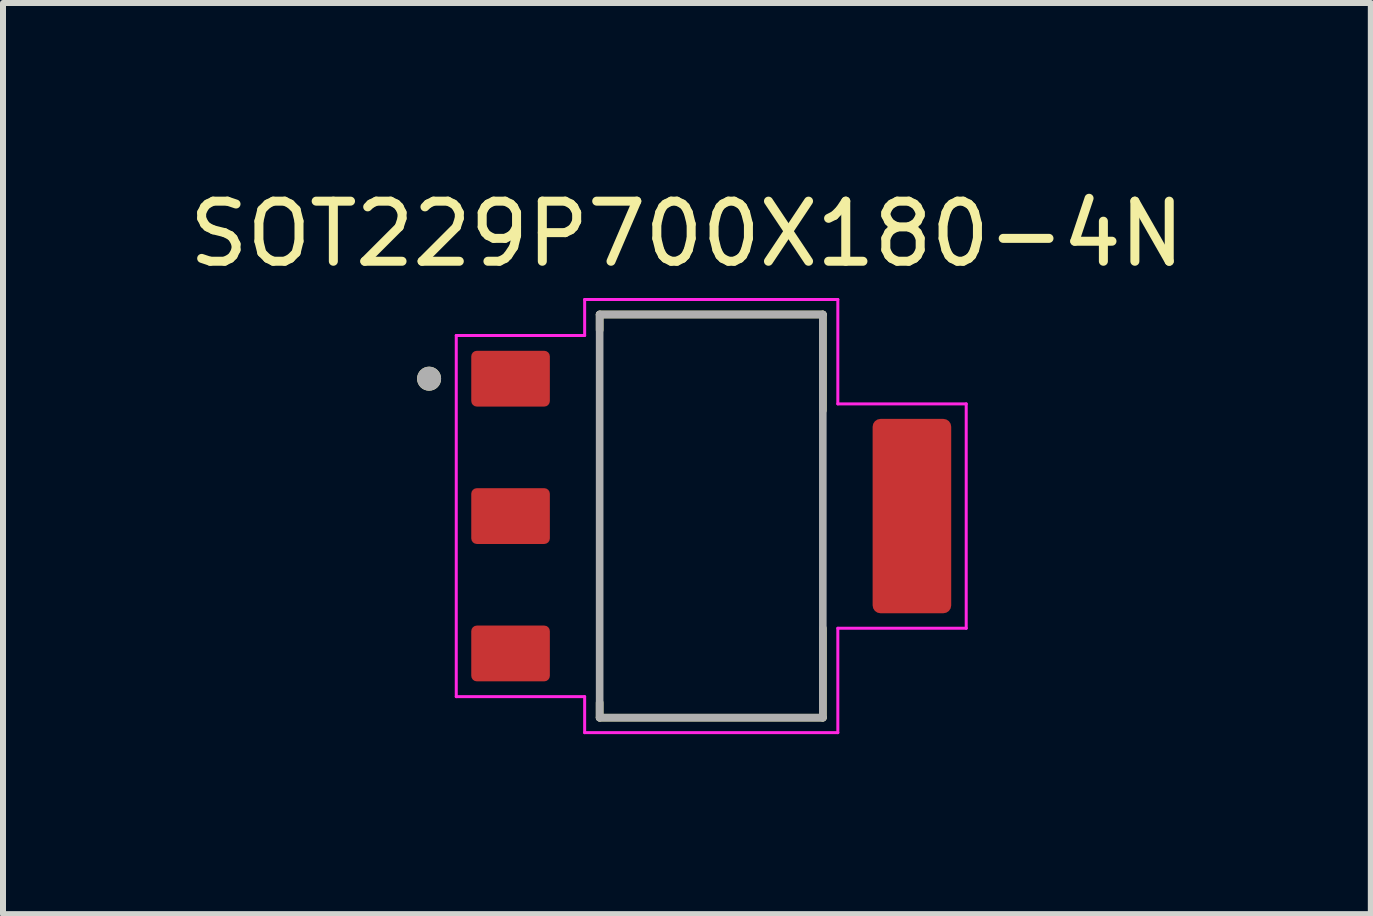
<source format=kicad_pcb>
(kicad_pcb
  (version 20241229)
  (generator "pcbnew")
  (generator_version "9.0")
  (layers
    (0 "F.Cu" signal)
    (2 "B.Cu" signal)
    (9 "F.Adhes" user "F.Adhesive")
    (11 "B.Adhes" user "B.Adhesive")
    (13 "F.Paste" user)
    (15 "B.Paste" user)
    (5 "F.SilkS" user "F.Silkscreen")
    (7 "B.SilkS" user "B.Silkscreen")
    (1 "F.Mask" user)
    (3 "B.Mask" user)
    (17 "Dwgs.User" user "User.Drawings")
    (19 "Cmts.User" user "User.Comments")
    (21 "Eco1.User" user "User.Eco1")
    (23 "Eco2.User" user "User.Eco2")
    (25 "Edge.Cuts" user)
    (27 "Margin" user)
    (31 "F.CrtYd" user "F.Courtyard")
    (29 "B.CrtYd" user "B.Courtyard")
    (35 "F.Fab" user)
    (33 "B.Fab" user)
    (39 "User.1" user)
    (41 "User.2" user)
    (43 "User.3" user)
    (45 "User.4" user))
  (footprint "SOT229P700X180-4N"
    (layer "F.Cu")
    (at 8.805 5.552)
    (property "Reference" "SOT229P700X180-4N" (at -0.406 -4.703 0) (layer "F.SilkS") (effects (font (size 1.002 1.002) (thickness 0.15))))
    (attr smd)
    (fp_line (start -1.86 -3.36) (end -1.86 -3.1) (stroke (width 0.127) (type solid)) (layer "F.SilkS"))
    (fp_line (start -1.86 -3.36) (end 1.86 -3.36) (stroke (width 0.127) (type solid)) (layer "F.SilkS"))
    (fp_line (start -1.86 3.11) (end -1.86 3.36) (stroke (width 0.127) (type solid)) (layer "F.SilkS"))
    (fp_line (start -1.86 3.36) (end 1.86 3.36) (stroke (width 0.127) (type solid)) (layer "F.SilkS"))
    (fp_line (start 1.86 -1.76) (end 1.86 -3.36) (stroke (width 0.127) (type solid)) (layer "F.SilkS"))
    (fp_line (start 1.86 3.36) (end 1.86 1.87) (stroke (width 0.127) (type solid)) (layer "F.SilkS"))
    (fp_circle (center -4.703 -2.29) (end -4.603 -2.29) (stroke (width 0.2) (type solid)) (fill no) (layer "F.SilkS"))
    (fp_line (start -4.25 -3.01) (end -4.25 3.01) (stroke (width 0.05) (type solid)) (layer "F.CrtYd"))
    (fp_line (start -4.25 3.01) (end -2.11 3.01) (stroke (width 0.05) (type solid)) (layer "F.CrtYd"))
    (fp_line (start -2.11 -3.61) (end -2.11 -3.01) (stroke (width 0.05) (type solid)) (layer "F.CrtYd"))
    (fp_line (start -2.11 -3.01) (end -4.25 -3.01) (stroke (width 0.05) (type solid)) (layer "F.CrtYd"))
    (fp_line (start -2.11 3.01) (end -2.11 3.61) (stroke (width 0.05) (type solid)) (layer "F.CrtYd"))
    (fp_line (start -2.11 3.61) (end 2.11 3.61) (stroke (width 0.05) (type solid)) (layer "F.CrtYd"))
    (fp_line (start 2.11 -3.61) (end -2.11 -3.61) (stroke (width 0.05) (type solid)) (layer "F.CrtYd"))
    (fp_line (start 2.11 -1.87) (end 2.11 -3.61) (stroke (width 0.05) (type solid)) (layer "F.CrtYd"))
    (fp_line (start 2.11 1.87) (end 4.25 1.87) (stroke (width 0.05) (type solid)) (layer "F.CrtYd"))
    (fp_line (start 2.11 3.61) (end 2.11 1.87) (stroke (width 0.05) (type solid)) (layer "F.CrtYd"))
    (fp_line (start 4.25 -1.87) (end 2.11 -1.87) (stroke (width 0.05) (type solid)) (layer "F.CrtYd"))
    (fp_line (start 4.25 1.87) (end 4.25 -1.87) (stroke (width 0.05) (type solid)) (layer "F.CrtYd"))
    (fp_line (start -1.86 -3.36) (end 1.86 -3.36) (stroke (width 0.127) (type solid)) (layer "F.Fab"))
    (fp_line (start -1.86 3.36) (end -1.86 -3.36) (stroke (width 0.127) (type solid)) (layer "F.Fab"))
    (fp_line (start 1.86 -3.36) (end 1.86 3.36) (stroke (width 0.127) (type solid)) (layer "F.Fab"))
    (fp_line (start 1.86 3.36) (end -1.86 3.36) (stroke (width 0.127) (type solid)) (layer "F.Fab"))
    (fp_circle (center -4.703 -2.29) (end -4.603 -2.29) (stroke (width 0.2) (type solid)) (fill no) (layer "F.Fab"))
    (pad "1" smd roundrect (at -3.345 -2.29 270) (size 0.93 1.31) (layers "F.Cu" "F.Mask" "F.Paste") (roundrect_rratio 0.1))
    (pad "2" smd roundrect (at -3.345 0 270) (size 0.93 1.31) (layers "F.Cu" "F.Mask" "F.Paste") (roundrect_rratio 0.1))
    (pad "3" smd roundrect (at -3.345 2.29 270) (size 0.93 1.31) (layers "F.Cu" "F.Mask" "F.Paste") (roundrect_rratio 0.1))
    (pad "4" smd roundrect (at 3.345 0 270) (size 3.24 1.31) (layers "F.Cu" "F.Mask" "F.Paste") (roundrect_rratio 0.1)))
  (gr_rect
    (start -3 -3)
    (end 19.799 12.187)
    (stroke (width 0.1) (type default))
    (fill no)
    (layer "Edge.Cuts")))
</source>
